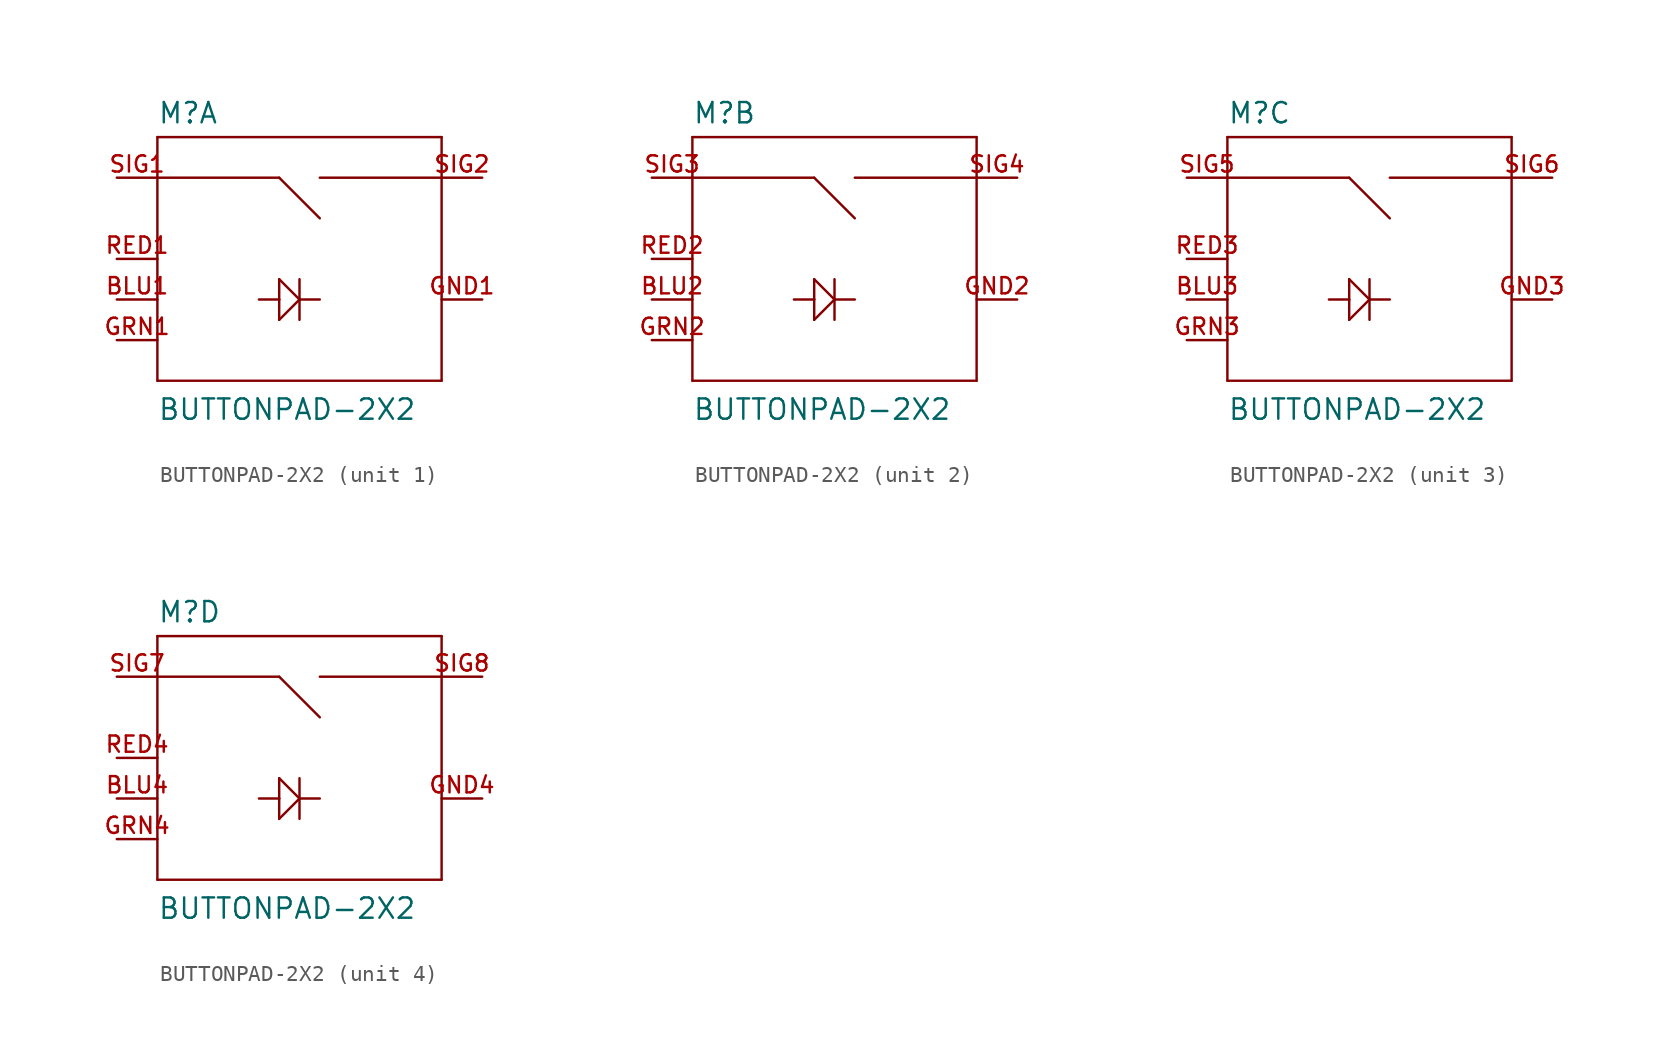
<source format=kicad_sym>
(kicad_symbol_lib
  (version 20220914)
  (generator kicad_symbol_editor)
  (symbol "BUTTONPAD-2X2"
    (pin_names
      (offset 1.016) hide)
    (property "Reference" "M"
      (at -7.62 8.382 0)
      (effects (font (size 1.27 1.27)) (justify left bottom)))
    (property "Value" "BUTTONPAD-2X2"
      (at -7.62 -10.16 0)
      (effects (font (size 1.27 1.27)) (justify left bottom)))
    (property "ki_locked" ""
      (at 0 0 0)
      (effects (font (size 1.27 1.27))))
    (symbol "BUTTONPAD-2X2_1_0"
      (polyline (pts (xy -7.62 -7.62) (xy -7.62 5.08)) (stroke (width 0) (type solid)) (fill (type none)))
      (polyline (pts (xy -7.62 5.08) (xy -7.62 7.62)) (stroke (width 0) (type solid)) (fill (type none)))
      (polyline (pts (xy -7.62 5.08) (xy 0 5.08)) (stroke (width 0) (type solid)) (fill (type none)))
      (polyline (pts (xy -7.62 7.62) (xy 10.16 7.62)) (stroke (width 0) (type solid)) (fill (type none)))
      (polyline (pts (xy 0 -3.81) (xy 1.27 -2.54)) (stroke (width 0) (type solid)) (fill (type none)))
      (polyline (pts (xy 0 -2.54) (xy -1.27 -2.54)) (stroke (width 0) (type solid)) (fill (type none)))
      (polyline (pts (xy 0 -2.54) (xy 0 -3.81)) (stroke (width 0) (type solid)) (fill (type none)))
      (polyline (pts (xy 0 -1.27) (xy 0 -2.54)) (stroke (width 0) (type solid)) (fill (type none)))
      (polyline (pts (xy 0 5.08) (xy 2.54 2.54)) (stroke (width 0) (type solid)) (fill (type none)))
      (polyline (pts (xy 1.27 -2.54) (xy 0 -1.27)) (stroke (width 0) (type solid)) (fill (type none)))
      (polyline (pts (xy 1.27 -2.54) (xy 1.27 -3.81)) (stroke (width 0) (type solid)) (fill (type none)))
      (polyline (pts (xy 1.27 -2.54) (xy 2.54 -2.54)) (stroke (width 0) (type solid)) (fill (type none)))
      (polyline (pts (xy 1.27 -1.27) (xy 1.27 -2.54)) (stroke (width 0) (type solid)) (fill (type none)))
      (polyline (pts (xy 2.54 5.08) (xy 10.16 5.08)) (stroke (width 0) (type solid)) (fill (type none)))
      (polyline (pts (xy 10.16 -7.62) (xy -7.62 -7.62)) (stroke (width 0) (type solid)) (fill (type none)))
      (polyline (pts (xy 10.16 5.08) (xy 10.16 -7.62)) (stroke (width 0) (type solid)) (fill (type none)))
      (polyline (pts (xy 10.16 7.62) (xy 10.16 5.08)) (stroke (width 0) (type solid)) (fill (type none))))
    (symbol "BUTTONPAD-2X2_1_1"
      (pin bidirectional line (at -10.16 -2.54 0) (length 2.54) (name "BLU" (effects (font (size 1.016 1.016)))) (number "BLU1" (effects (font (size 1.016 1.016)))))
      (pin bidirectional line (at 12.7 -2.54 180) (length 2.54) (name "GND" (effects (font (size 1.016 1.016)))) (number "GND1" (effects (font (size 1.016 1.016)))))
      (pin bidirectional line (at -10.16 -5.08 0) (length 2.54) (name "GRN" (effects (font (size 1.016 1.016)))) (number "GRN1" (effects (font (size 1.016 1.016)))))
      (pin bidirectional line (at -10.16 0 0) (length 2.54) (name "RED" (effects (font (size 1.016 1.016)))) (number "RED1" (effects (font (size 1.016 1.016)))))
      (pin bidirectional line (at -10.16 5.08 0) (length 2.54) (name "SIG1" (effects (font (size 1.016 1.016)))) (number "SIG1" (effects (font (size 1.016 1.016)))))
      (pin bidirectional line (at 12.7 5.08 180) (length 2.54) (name "SIG2" (effects (font (size 1.016 1.016)))) (number "SIG2" (effects (font (size 1.016 1.016))))))
    (symbol "BUTTONPAD-2X2_2_0"
      (polyline (pts (xy -7.62 -7.62) (xy -7.62 5.08)) (stroke (width 0) (type solid)) (fill (type none)))
      (polyline (pts (xy -7.62 5.08) (xy -7.62 7.62)) (stroke (width 0) (type solid)) (fill (type none)))
      (polyline (pts (xy -7.62 5.08) (xy 0 5.08)) (stroke (width 0) (type solid)) (fill (type none)))
      (polyline (pts (xy -7.62 7.62) (xy 10.16 7.62)) (stroke (width 0) (type solid)) (fill (type none)))
      (polyline (pts (xy 0 -3.81) (xy 1.27 -2.54)) (stroke (width 0) (type solid)) (fill (type none)))
      (polyline (pts (xy 0 -2.54) (xy -1.27 -2.54)) (stroke (width 0) (type solid)) (fill (type none)))
      (polyline (pts (xy 0 -2.54) (xy 0 -3.81)) (stroke (width 0) (type solid)) (fill (type none)))
      (polyline (pts (xy 0 -1.27) (xy 0 -2.54)) (stroke (width 0) (type solid)) (fill (type none)))
      (polyline (pts (xy 0 5.08) (xy 2.54 2.54)) (stroke (width 0) (type solid)) (fill (type none)))
      (polyline (pts (xy 1.27 -2.54) (xy 0 -1.27)) (stroke (width 0) (type solid)) (fill (type none)))
      (polyline (pts (xy 1.27 -2.54) (xy 1.27 -3.81)) (stroke (width 0) (type solid)) (fill (type none)))
      (polyline (pts (xy 1.27 -2.54) (xy 2.54 -2.54)) (stroke (width 0) (type solid)) (fill (type none)))
      (polyline (pts (xy 1.27 -1.27) (xy 1.27 -2.54)) (stroke (width 0) (type solid)) (fill (type none)))
      (polyline (pts (xy 2.54 5.08) (xy 10.16 5.08)) (stroke (width 0) (type solid)) (fill (type none)))
      (polyline (pts (xy 10.16 -7.62) (xy -7.62 -7.62)) (stroke (width 0) (type solid)) (fill (type none)))
      (polyline (pts (xy 10.16 5.08) (xy 10.16 -7.62)) (stroke (width 0) (type solid)) (fill (type none)))
      (polyline (pts (xy 10.16 7.62) (xy 10.16 5.08)) (stroke (width 0) (type solid)) (fill (type none))))
    (symbol "BUTTONPAD-2X2_2_1"
      (pin bidirectional line (at -10.16 -2.54 0) (length 2.54) (name "BLU" (effects (font (size 1.016 1.016)))) (number "BLU2" (effects (font (size 1.016 1.016)))))
      (pin bidirectional line (at 12.7 -2.54 180) (length 2.54) (name "GND" (effects (font (size 1.016 1.016)))) (number "GND2" (effects (font (size 1.016 1.016)))))
      (pin bidirectional line (at -10.16 -5.08 0) (length 2.54) (name "GRN" (effects (font (size 1.016 1.016)))) (number "GRN2" (effects (font (size 1.016 1.016)))))
      (pin bidirectional line (at -10.16 0 0) (length 2.54) (name "RED" (effects (font (size 1.016 1.016)))) (number "RED2" (effects (font (size 1.016 1.016)))))
      (pin bidirectional line (at -10.16 5.08 0) (length 2.54) (name "SIG1" (effects (font (size 1.016 1.016)))) (number "SIG3" (effects (font (size 1.016 1.016)))))
      (pin bidirectional line (at 12.7 5.08 180) (length 2.54) (name "SIG2" (effects (font (size 1.016 1.016)))) (number "SIG4" (effects (font (size 1.016 1.016))))))
    (symbol "BUTTONPAD-2X2_3_0"
      (polyline (pts (xy -7.62 -7.62) (xy -7.62 5.08)) (stroke (width 0) (type solid)) (fill (type none)))
      (polyline (pts (xy -7.62 5.08) (xy -7.62 7.62)) (stroke (width 0) (type solid)) (fill (type none)))
      (polyline (pts (xy -7.62 5.08) (xy 0 5.08)) (stroke (width 0) (type solid)) (fill (type none)))
      (polyline (pts (xy -7.62 7.62) (xy 10.16 7.62)) (stroke (width 0) (type solid)) (fill (type none)))
      (polyline (pts (xy 0 -3.81) (xy 1.27 -2.54)) (stroke (width 0) (type solid)) (fill (type none)))
      (polyline (pts (xy 0 -2.54) (xy -1.27 -2.54)) (stroke (width 0) (type solid)) (fill (type none)))
      (polyline (pts (xy 0 -2.54) (xy 0 -3.81)) (stroke (width 0) (type solid)) (fill (type none)))
      (polyline (pts (xy 0 -1.27) (xy 0 -2.54)) (stroke (width 0) (type solid)) (fill (type none)))
      (polyline (pts (xy 0 5.08) (xy 2.54 2.54)) (stroke (width 0) (type solid)) (fill (type none)))
      (polyline (pts (xy 1.27 -2.54) (xy 0 -1.27)) (stroke (width 0) (type solid)) (fill (type none)))
      (polyline (pts (xy 1.27 -2.54) (xy 1.27 -3.81)) (stroke (width 0) (type solid)) (fill (type none)))
      (polyline (pts (xy 1.27 -2.54) (xy 2.54 -2.54)) (stroke (width 0) (type solid)) (fill (type none)))
      (polyline (pts (xy 1.27 -1.27) (xy 1.27 -2.54)) (stroke (width 0) (type solid)) (fill (type none)))
      (polyline (pts (xy 2.54 5.08) (xy 10.16 5.08)) (stroke (width 0) (type solid)) (fill (type none)))
      (polyline (pts (xy 10.16 -7.62) (xy -7.62 -7.62)) (stroke (width 0) (type solid)) (fill (type none)))
      (polyline (pts (xy 10.16 5.08) (xy 10.16 -7.62)) (stroke (width 0) (type solid)) (fill (type none)))
      (polyline (pts (xy 10.16 7.62) (xy 10.16 5.08)) (stroke (width 0) (type solid)) (fill (type none))))
    (symbol "BUTTONPAD-2X2_3_1"
      (pin bidirectional line (at -10.16 -2.54 0) (length 2.54) (name "BLU" (effects (font (size 1.016 1.016)))) (number "BLU3" (effects (font (size 1.016 1.016)))))
      (pin bidirectional line (at 12.7 -2.54 180) (length 2.54) (name "GND" (effects (font (size 1.016 1.016)))) (number "GND3" (effects (font (size 1.016 1.016)))))
      (pin bidirectional line (at -10.16 -5.08 0) (length 2.54) (name "GRN" (effects (font (size 1.016 1.016)))) (number "GRN3" (effects (font (size 1.016 1.016)))))
      (pin bidirectional line (at -10.16 0 0) (length 2.54) (name "RED" (effects (font (size 1.016 1.016)))) (number "RED3" (effects (font (size 1.016 1.016)))))
      (pin bidirectional line (at -10.16 5.08 0) (length 2.54) (name "SIG1" (effects (font (size 1.016 1.016)))) (number "SIG5" (effects (font (size 1.016 1.016)))))
      (pin bidirectional line (at 12.7 5.08 180) (length 2.54) (name "SIG2" (effects (font (size 1.016 1.016)))) (number "SIG6" (effects (font (size 1.016 1.016))))))
    (symbol "BUTTONPAD-2X2_4_0"
      (polyline (pts (xy -7.62 -7.62) (xy -7.62 5.08)) (stroke (width 0) (type solid)) (fill (type none)))
      (polyline (pts (xy -7.62 5.08) (xy -7.62 7.62)) (stroke (width 0) (type solid)) (fill (type none)))
      (polyline (pts (xy -7.62 5.08) (xy 0 5.08)) (stroke (width 0) (type solid)) (fill (type none)))
      (polyline (pts (xy -7.62 7.62) (xy 10.16 7.62)) (stroke (width 0) (type solid)) (fill (type none)))
      (polyline (pts (xy 0 -3.81) (xy 1.27 -2.54)) (stroke (width 0) (type solid)) (fill (type none)))
      (polyline (pts (xy 0 -2.54) (xy -1.27 -2.54)) (stroke (width 0) (type solid)) (fill (type none)))
      (polyline (pts (xy 0 -2.54) (xy 0 -3.81)) (stroke (width 0) (type solid)) (fill (type none)))
      (polyline (pts (xy 0 -1.27) (xy 0 -2.54)) (stroke (width 0) (type solid)) (fill (type none)))
      (polyline (pts (xy 0 5.08) (xy 2.54 2.54)) (stroke (width 0) (type solid)) (fill (type none)))
      (polyline (pts (xy 1.27 -2.54) (xy 0 -1.27)) (stroke (width 0) (type solid)) (fill (type none)))
      (polyline (pts (xy 1.27 -2.54) (xy 1.27 -3.81)) (stroke (width 0) (type solid)) (fill (type none)))
      (polyline (pts (xy 1.27 -2.54) (xy 2.54 -2.54)) (stroke (width 0) (type solid)) (fill (type none)))
      (polyline (pts (xy 1.27 -1.27) (xy 1.27 -2.54)) (stroke (width 0) (type solid)) (fill (type none)))
      (polyline (pts (xy 2.54 5.08) (xy 10.16 5.08)) (stroke (width 0) (type solid)) (fill (type none)))
      (polyline (pts (xy 10.16 -7.62) (xy -7.62 -7.62)) (stroke (width 0) (type solid)) (fill (type none)))
      (polyline (pts (xy 10.16 5.08) (xy 10.16 -7.62)) (stroke (width 0) (type solid)) (fill (type none)))
      (polyline (pts (xy 10.16 7.62) (xy 10.16 5.08)) (stroke (width 0) (type solid)) (fill (type none))))
    (symbol "BUTTONPAD-2X2_4_1"
      (pin bidirectional line (at -10.16 -2.54 0) (length 2.54) (name "BLU" (effects (font (size 1.016 1.016)))) (number "BLU4" (effects (font (size 1.016 1.016)))))
      (pin bidirectional line (at 12.7 -2.54 180) (length 2.54) (name "GND" (effects (font (size 1.016 1.016)))) (number "GND4" (effects (font (size 1.016 1.016)))))
      (pin bidirectional line (at -10.16 -5.08 0) (length 2.54) (name "GRN" (effects (font (size 1.016 1.016)))) (number "GRN4" (effects (font (size 1.016 1.016)))))
      (pin bidirectional line (at -10.16 0 0) (length 2.54) (name "RED" (effects (font (size 1.016 1.016)))) (number "RED4" (effects (font (size 1.016 1.016)))))
      (pin bidirectional line (at -10.16 5.08 0) (length 2.54) (name "SIG1" (effects (font (size 1.016 1.016)))) (number "SIG7" (effects (font (size 1.016 1.016)))))
      (pin bidirectional line (at 12.7 5.08 180) (length 2.54) (name "SIG2" (effects (font (size 1.016 1.016)))) (number "SIG8" (effects (font (size 1.016 1.016))))))))
</source>
